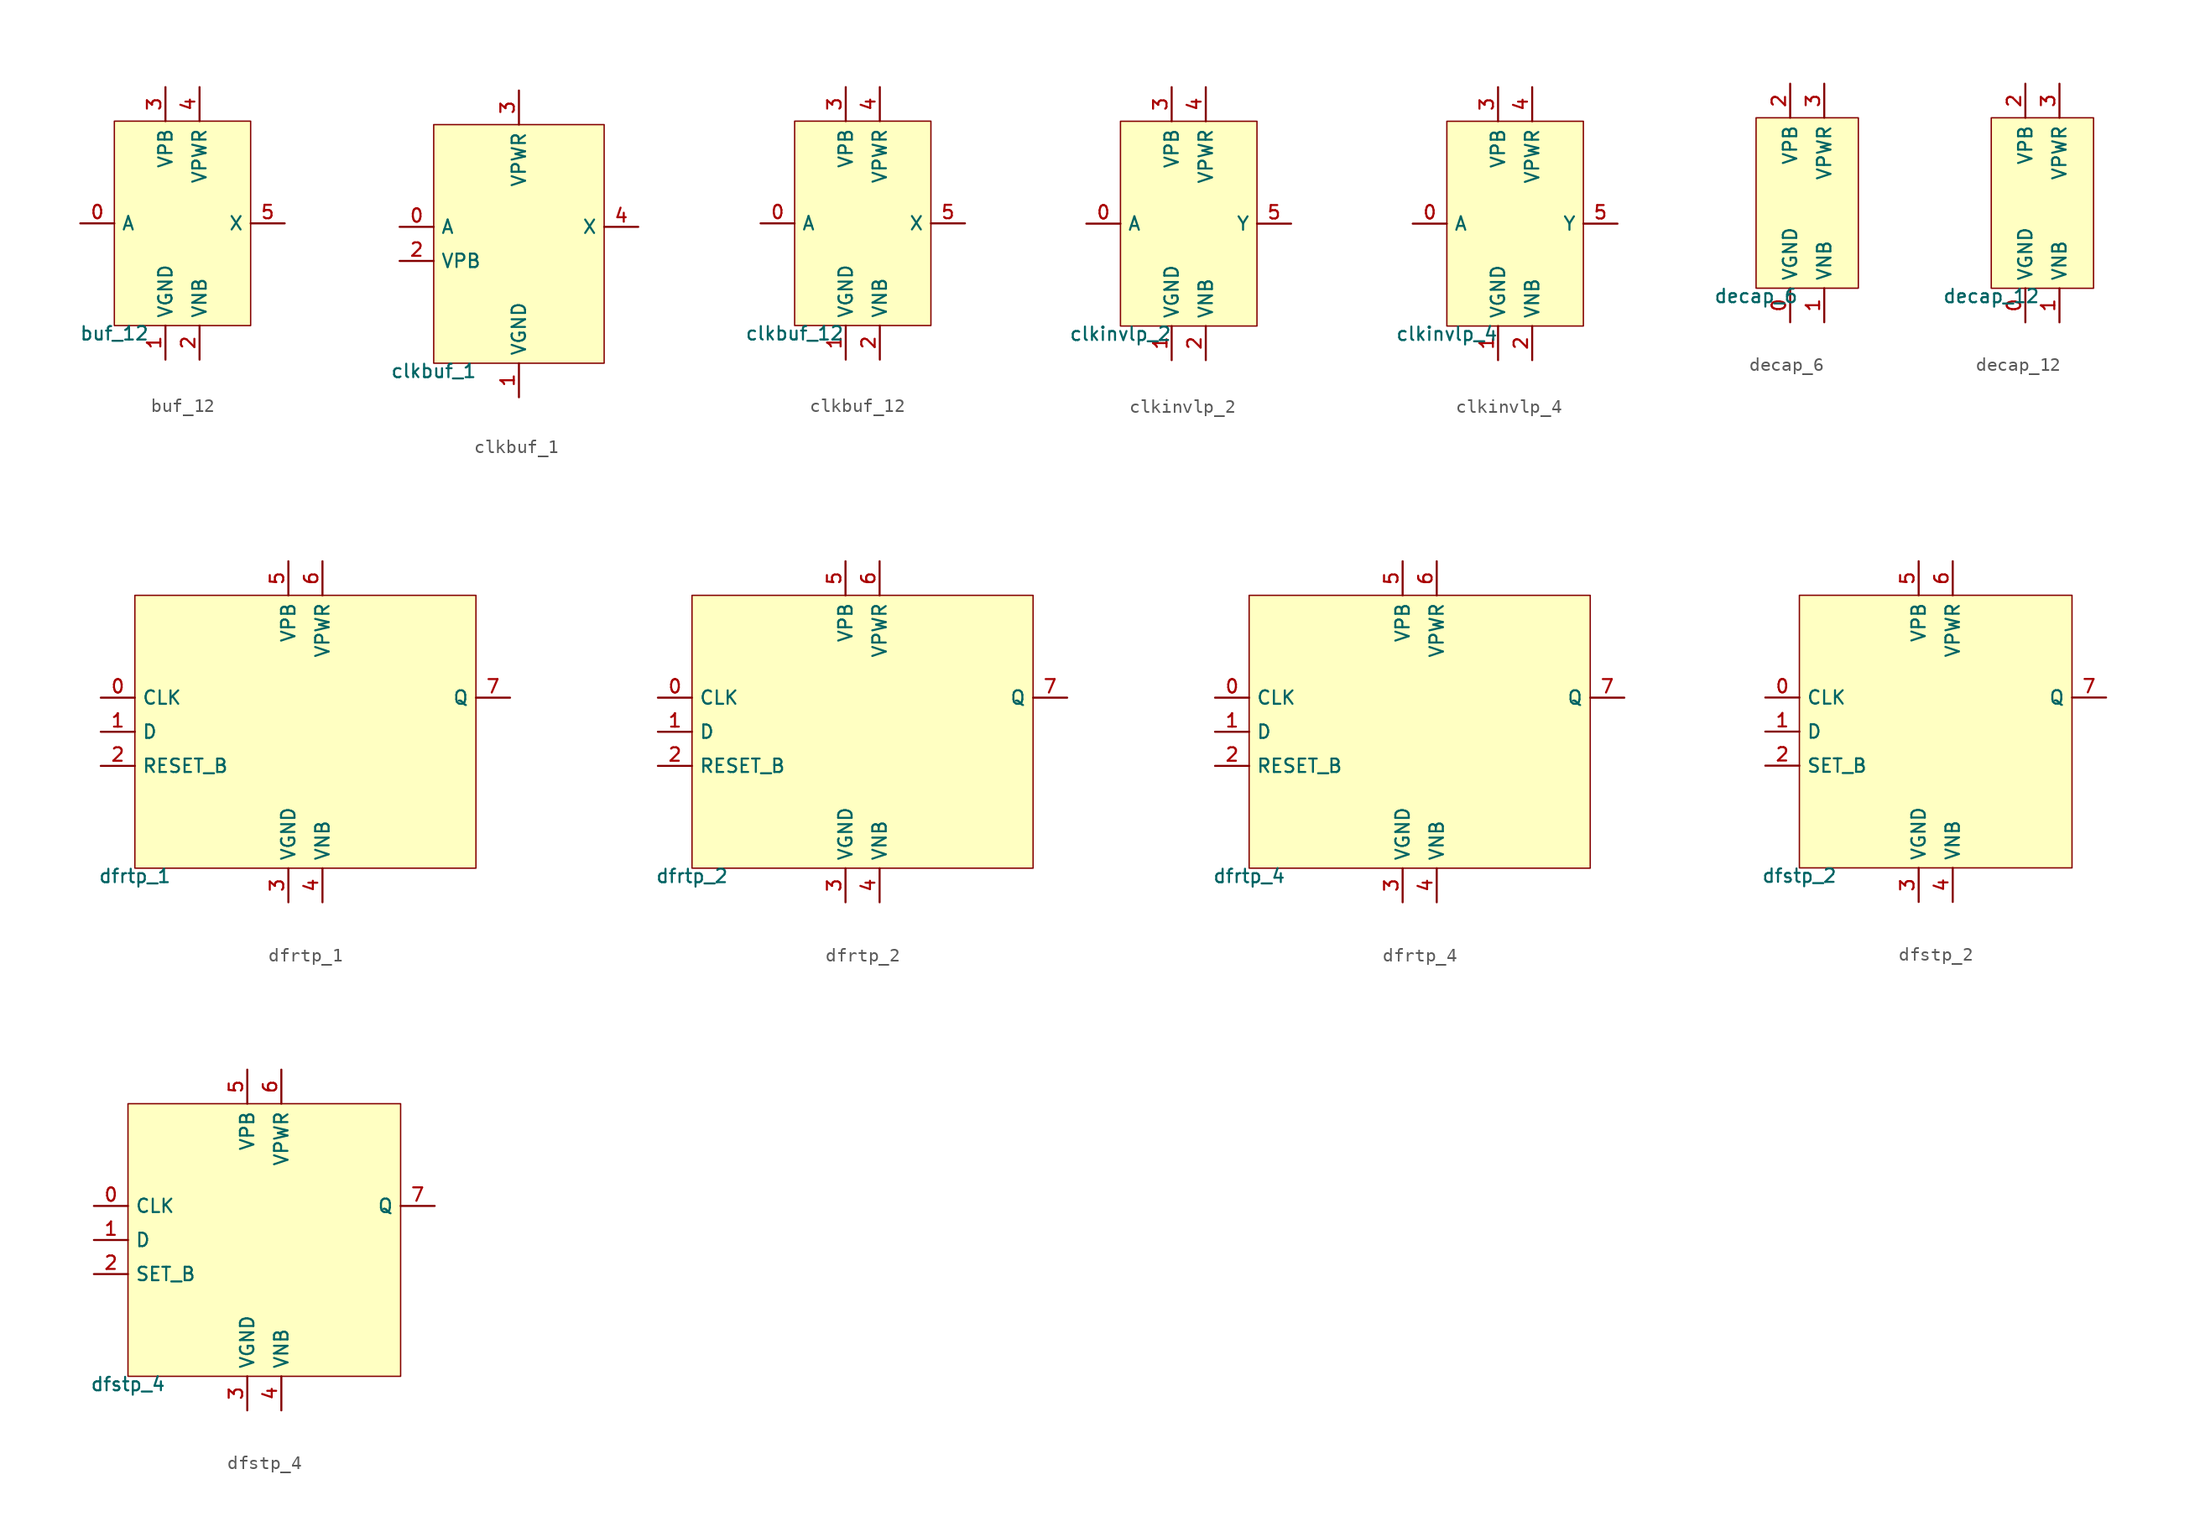
<source format=kicad_sym>
(kicad_symbol_lib
  (version 20211014)
  (generator lef2kicad_sym)
  (symbol "buf_12"
    (property "Reference" "CELL"
      (at 0 0 0)
      (effects (font (size 1 1)) hide))
    (property "Value" "buf_12"
      (at -5.08 -7.62 0)
      (effects (font (size 1 1)) (justify top)))
    (rectangle
      (start -5.08 -7.62)
      (end 5.08 7.62)
      (stroke (width 0.1) (type solid) (color 0 0 0 0))
      (fill (type background)))
    (pin input line
      (at -7.62 0.0 0)
      (length 2.54)
      (name "A" (effects (font (size 1 1)) hide))
      (number "0" (effects (font (size 1 1)) hide)))
    (pin power_in line
      (at -1.27 -10.16 90)
      (length 2.54)
      (name "VGND" (effects (font (size 1 1)) hide))
      (number "1" (effects (font (size 1 1)) hide)))
    (pin power_in line
      (at 1.27 -10.16 90)
      (length 2.54)
      (name "VNB" (effects (font (size 1 1)) hide))
      (number "2" (effects (font (size 1 1)) hide)))
    (pin power_in line
      (at -1.27 10.16 270)
      (length 2.54)
      (name "VPB" (effects (font (size 1 1)) hide))
      (number "3" (effects (font (size 1 1)) hide)))
    (pin power_in line
      (at 1.27 10.16 270)
      (length 2.54)
      (name "VPWR" (effects (font (size 1 1)) hide))
      (number "4" (effects (font (size 1 1)) hide)))
    (pin output line
      (at 7.62 0.0 180)
      (length 2.54)
      (name "X" (effects (font (size 1 1)) hide))
      (number "5" (effects (font (size 1 1)) hide))))
  (symbol "clkbuf_1"
    (property "Reference" "CELL"
      (at 0 0 0)
      (effects (font (size 1 1)) hide))
    (property "Value" "clkbuf_1"
      (at -6.35 -8.89 0)
      (effects (font (size 1 1)) (justify top)))
    (rectangle
      (start -6.35 -8.89)
      (end 6.35 8.89)
      (stroke (width 0.1) (type solid) (color 0 0 0 0))
      (fill (type background)))
    (pin input line
      (at -8.89 1.27 0)
      (length 2.54)
      (name "A" (effects (font (size 1 1)) hide))
      (number "0" (effects (font (size 1 1)) hide)))
    (pin power_in line
      (at 4.440892098500626e-16 -11.43 90)
      (length 2.54)
      (name "VGND" (effects (font (size 1 1)) hide))
      (number "1" (effects (font (size 1 1)) hide)))
    (pin input line
      (at -8.89 -1.27 0)
      (length 2.54)
      (name "VPB" (effects (font (size 1 1)) hide))
      (number "2" (effects (font (size 1 1)) hide)))
    (pin power_in line
      (at 4.440892098500626e-16 11.43 270)
      (length 2.54)
      (name "VPWR" (effects (font (size 1 1)) hide))
      (number "3" (effects (font (size 1 1)) hide)))
    (pin output line
      (at 8.89 1.27 180)
      (length 2.54)
      (name "X" (effects (font (size 1 1)) hide))
      (number "4" (effects (font (size 1 1)) hide))))
  (symbol "clkbuf_12"
    (property "Reference" "CELL"
      (at 0 0 0)
      (effects (font (size 1 1)) hide))
    (property "Value" "clkbuf_12"
      (at -5.08 -7.62 0)
      (effects (font (size 1 1)) (justify top)))
    (rectangle
      (start -5.08 -7.62)
      (end 5.08 7.62)
      (stroke (width 0.1) (type solid) (color 0 0 0 0))
      (fill (type background)))
    (pin input line
      (at -7.62 0.0 0)
      (length 2.54)
      (name "A" (effects (font (size 1 1)) hide))
      (number "0" (effects (font (size 1 1)) hide)))
    (pin power_in line
      (at -1.27 -10.16 90)
      (length 2.54)
      (name "VGND" (effects (font (size 1 1)) hide))
      (number "1" (effects (font (size 1 1)) hide)))
    (pin power_in line
      (at 1.27 -10.16 90)
      (length 2.54)
      (name "VNB" (effects (font (size 1 1)) hide))
      (number "2" (effects (font (size 1 1)) hide)))
    (pin power_in line
      (at -1.27 10.16 270)
      (length 2.54)
      (name "VPB" (effects (font (size 1 1)) hide))
      (number "3" (effects (font (size 1 1)) hide)))
    (pin power_in line
      (at 1.27 10.16 270)
      (length 2.54)
      (name "VPWR" (effects (font (size 1 1)) hide))
      (number "4" (effects (font (size 1 1)) hide)))
    (pin output line
      (at 7.62 0.0 180)
      (length 2.54)
      (name "X" (effects (font (size 1 1)) hide))
      (number "5" (effects (font (size 1 1)) hide))))
  (symbol "clkinvlp_2"
    (property "Reference" "CELL"
      (at 0 0 0)
      (effects (font (size 1 1)) hide))
    (property "Value" "clkinvlp_2"
      (at -5.08 -7.62 0)
      (effects (font (size 1 1)) (justify top)))
    (rectangle
      (start -5.08 -7.62)
      (end 5.08 7.62)
      (stroke (width 0.1) (type solid) (color 0 0 0 0))
      (fill (type background)))
    (pin input line
      (at -7.62 0.0 0)
      (length 2.54)
      (name "A" (effects (font (size 1 1)) hide))
      (number "0" (effects (font (size 1 1)) hide)))
    (pin power_in line
      (at -1.27 -10.16 90)
      (length 2.54)
      (name "VGND" (effects (font (size 1 1)) hide))
      (number "1" (effects (font (size 1 1)) hide)))
    (pin power_in line
      (at 1.27 -10.16 90)
      (length 2.54)
      (name "VNB" (effects (font (size 1 1)) hide))
      (number "2" (effects (font (size 1 1)) hide)))
    (pin power_in line
      (at -1.27 10.16 270)
      (length 2.54)
      (name "VPB" (effects (font (size 1 1)) hide))
      (number "3" (effects (font (size 1 1)) hide)))
    (pin power_in line
      (at 1.27 10.16 270)
      (length 2.54)
      (name "VPWR" (effects (font (size 1 1)) hide))
      (number "4" (effects (font (size 1 1)) hide)))
    (pin output line
      (at 7.62 0.0 180)
      (length 2.54)
      (name "Y" (effects (font (size 1 1)) hide))
      (number "5" (effects (font (size 1 1)) hide))))
  (symbol "clkinvlp_4"
    (property "Reference" "CELL"
      (at 0 0 0)
      (effects (font (size 1 1)) hide))
    (property "Value" "clkinvlp_4"
      (at -5.08 -7.62 0)
      (effects (font (size 1 1)) (justify top)))
    (rectangle
      (start -5.08 -7.62)
      (end 5.08 7.62)
      (stroke (width 0.1) (type solid) (color 0 0 0 0))
      (fill (type background)))
    (pin input line
      (at -7.62 0.0 0)
      (length 2.54)
      (name "A" (effects (font (size 1 1)) hide))
      (number "0" (effects (font (size 1 1)) hide)))
    (pin power_in line
      (at -1.27 -10.16 90)
      (length 2.54)
      (name "VGND" (effects (font (size 1 1)) hide))
      (number "1" (effects (font (size 1 1)) hide)))
    (pin power_in line
      (at 1.27 -10.16 90)
      (length 2.54)
      (name "VNB" (effects (font (size 1 1)) hide))
      (number "2" (effects (font (size 1 1)) hide)))
    (pin power_in line
      (at -1.27 10.16 270)
      (length 2.54)
      (name "VPB" (effects (font (size 1 1)) hide))
      (number "3" (effects (font (size 1 1)) hide)))
    (pin power_in line
      (at 1.27 10.16 270)
      (length 2.54)
      (name "VPWR" (effects (font (size 1 1)) hide))
      (number "4" (effects (font (size 1 1)) hide)))
    (pin output line
      (at 7.62 0.0 180)
      (length 2.54)
      (name "Y" (effects (font (size 1 1)) hide))
      (number "5" (effects (font (size 1 1)) hide))))
  (symbol "decap_6"
    (property "Reference" "CELL"
      (at 0 0 0)
      (effects (font (size 1 1)) hide))
    (property "Value" "decap_6"
      (at -3.81 -6.35 0)
      (effects (font (size 1 1)) (justify top)))
    (rectangle
      (start -3.81 -6.35)
      (end 3.81 6.35)
      (stroke (width 0.1) (type solid) (color 0 0 0 0))
      (fill (type background)))
    (pin power_in line
      (at -1.27 -8.89 90)
      (length 2.54)
      (name "VGND" (effects (font (size 1 1)) hide))
      (number "0" (effects (font (size 1 1)) hide)))
    (pin power_in line
      (at 1.27 -8.89 90)
      (length 2.54)
      (name "VNB" (effects (font (size 1 1)) hide))
      (number "1" (effects (font (size 1 1)) hide)))
    (pin power_in line
      (at -1.27 8.89 270)
      (length 2.54)
      (name "VPB" (effects (font (size 1 1)) hide))
      (number "2" (effects (font (size 1 1)) hide)))
    (pin power_in line
      (at 1.27 8.89 270)
      (length 2.54)
      (name "VPWR" (effects (font (size 1 1)) hide))
      (number "3" (effects (font (size 1 1)) hide))))
  (symbol "decap_12"
    (property "Reference" "CELL"
      (at 0 0 0)
      (effects (font (size 1 1)) hide))
    (property "Value" "decap_12"
      (at -3.81 -6.35 0)
      (effects (font (size 1 1)) (justify top)))
    (rectangle
      (start -3.81 -6.35)
      (end 3.81 6.35)
      (stroke (width 0.1) (type solid) (color 0 0 0 0))
      (fill (type background)))
    (pin power_in line
      (at -1.27 -8.89 90)
      (length 2.54)
      (name "VGND" (effects (font (size 1 1)) hide))
      (number "0" (effects (font (size 1 1)) hide)))
    (pin power_in line
      (at 1.27 -8.89 90)
      (length 2.54)
      (name "VNB" (effects (font (size 1 1)) hide))
      (number "1" (effects (font (size 1 1)) hide)))
    (pin power_in line
      (at -1.27 8.89 270)
      (length 2.54)
      (name "VPB" (effects (font (size 1 1)) hide))
      (number "2" (effects (font (size 1 1)) hide)))
    (pin power_in line
      (at 1.27 8.89 270)
      (length 2.54)
      (name "VPWR" (effects (font (size 1 1)) hide))
      (number "3" (effects (font (size 1 1)) hide))))
  (symbol "dfrtp_1"
    (property "Reference" "CELL"
      (at 0 0 0)
      (effects (font (size 1 1)) hide))
    (property "Value" "dfrtp_1"
      (at -12.7 -10.16 0)
      (effects (font (size 1 1)) (justify top)))
    (rectangle
      (start -12.7 -10.16)
      (end 12.7 10.16)
      (stroke (width 0.1) (type solid) (color 0 0 0 0))
      (fill (type background)))
    (pin input line
      (at -15.24 2.54 0)
      (length 2.54)
      (name "CLK" (effects (font (size 1 1)) hide))
      (number "0" (effects (font (size 1 1)) hide)))
    (pin input line
      (at -15.24 0.0 0)
      (length 2.54)
      (name "D" (effects (font (size 1 1)) hide))
      (number "1" (effects (font (size 1 1)) hide)))
    (pin input line
      (at -15.24 -2.54 0)
      (length 2.54)
      (name "RESET_B" (effects (font (size 1 1)) hide))
      (number "2" (effects (font (size 1 1)) hide)))
    (pin power_in line
      (at -1.27 -12.7 90)
      (length 2.54)
      (name "VGND" (effects (font (size 1 1)) hide))
      (number "3" (effects (font (size 1 1)) hide)))
    (pin power_in line
      (at 1.27 -12.7 90)
      (length 2.54)
      (name "VNB" (effects (font (size 1 1)) hide))
      (number "4" (effects (font (size 1 1)) hide)))
    (pin power_in line
      (at -1.27 12.7 270)
      (length 2.54)
      (name "VPB" (effects (font (size 1 1)) hide))
      (number "5" (effects (font (size 1 1)) hide)))
    (pin power_in line
      (at 1.27 12.7 270)
      (length 2.54)
      (name "VPWR" (effects (font (size 1 1)) hide))
      (number "6" (effects (font (size 1 1)) hide)))
    (pin output line
      (at 15.24 2.54 180)
      (length 2.54)
      (name "Q" (effects (font (size 1 1)) hide))
      (number "7" (effects (font (size 1 1)) hide))))
  (symbol "dfrtp_2"
    (property "Reference" "CELL"
      (at 0 0 0)
      (effects (font (size 1 1)) hide))
    (property "Value" "dfrtp_2"
      (at -12.7 -10.16 0)
      (effects (font (size 1 1)) (justify top)))
    (rectangle
      (start -12.7 -10.16)
      (end 12.7 10.16)
      (stroke (width 0.1) (type solid) (color 0 0 0 0))
      (fill (type background)))
    (pin input line
      (at -15.24 2.54 0)
      (length 2.54)
      (name "CLK" (effects (font (size 1 1)) hide))
      (number "0" (effects (font (size 1 1)) hide)))
    (pin input line
      (at -15.24 0.0 0)
      (length 2.54)
      (name "D" (effects (font (size 1 1)) hide))
      (number "1" (effects (font (size 1 1)) hide)))
    (pin input line
      (at -15.24 -2.54 0)
      (length 2.54)
      (name "RESET_B" (effects (font (size 1 1)) hide))
      (number "2" (effects (font (size 1 1)) hide)))
    (pin power_in line
      (at -1.27 -12.7 90)
      (length 2.54)
      (name "VGND" (effects (font (size 1 1)) hide))
      (number "3" (effects (font (size 1 1)) hide)))
    (pin power_in line
      (at 1.27 -12.7 90)
      (length 2.54)
      (name "VNB" (effects (font (size 1 1)) hide))
      (number "4" (effects (font (size 1 1)) hide)))
    (pin power_in line
      (at -1.27 12.7 270)
      (length 2.54)
      (name "VPB" (effects (font (size 1 1)) hide))
      (number "5" (effects (font (size 1 1)) hide)))
    (pin power_in line
      (at 1.27 12.7 270)
      (length 2.54)
      (name "VPWR" (effects (font (size 1 1)) hide))
      (number "6" (effects (font (size 1 1)) hide)))
    (pin output line
      (at 15.24 2.54 180)
      (length 2.54)
      (name "Q" (effects (font (size 1 1)) hide))
      (number "7" (effects (font (size 1 1)) hide))))
  (symbol "dfrtp_4"
    (property "Reference" "CELL"
      (at 0 0 0)
      (effects (font (size 1 1)) hide))
    (property "Value" "dfrtp_4"
      (at -12.7 -10.16 0)
      (effects (font (size 1 1)) (justify top)))
    (rectangle
      (start -12.7 -10.16)
      (end 12.7 10.16)
      (stroke (width 0.1) (type solid) (color 0 0 0 0))
      (fill (type background)))
    (pin input line
      (at -15.24 2.54 0)
      (length 2.54)
      (name "CLK" (effects (font (size 1 1)) hide))
      (number "0" (effects (font (size 1 1)) hide)))
    (pin input line
      (at -15.24 0.0 0)
      (length 2.54)
      (name "D" (effects (font (size 1 1)) hide))
      (number "1" (effects (font (size 1 1)) hide)))
    (pin input line
      (at -15.24 -2.54 0)
      (length 2.54)
      (name "RESET_B" (effects (font (size 1 1)) hide))
      (number "2" (effects (font (size 1 1)) hide)))
    (pin power_in line
      (at -1.27 -12.7 90)
      (length 2.54)
      (name "VGND" (effects (font (size 1 1)) hide))
      (number "3" (effects (font (size 1 1)) hide)))
    (pin power_in line
      (at 1.27 -12.7 90)
      (length 2.54)
      (name "VNB" (effects (font (size 1 1)) hide))
      (number "4" (effects (font (size 1 1)) hide)))
    (pin power_in line
      (at -1.27 12.7 270)
      (length 2.54)
      (name "VPB" (effects (font (size 1 1)) hide))
      (number "5" (effects (font (size 1 1)) hide)))
    (pin power_in line
      (at 1.27 12.7 270)
      (length 2.54)
      (name "VPWR" (effects (font (size 1 1)) hide))
      (number "6" (effects (font (size 1 1)) hide)))
    (pin output line
      (at 15.24 2.54 180)
      (length 2.54)
      (name "Q" (effects (font (size 1 1)) hide))
      (number "7" (effects (font (size 1 1)) hide))))
  (symbol "dfstp_2"
    (property "Reference" "CELL"
      (at 0 0 0)
      (effects (font (size 1 1)) hide))
    (property "Value" "dfstp_2"
      (at -10.16 -10.16 0)
      (effects (font (size 1 1)) (justify top)))
    (rectangle
      (start -10.16 -10.16)
      (end 10.16 10.16)
      (stroke (width 0.1) (type solid) (color 0 0 0 0))
      (fill (type background)))
    (pin input line
      (at -12.7 2.54 0)
      (length 2.54)
      (name "CLK" (effects (font (size 1 1)) hide))
      (number "0" (effects (font (size 1 1)) hide)))
    (pin input line
      (at -12.7 0.0 0)
      (length 2.54)
      (name "D" (effects (font (size 1 1)) hide))
      (number "1" (effects (font (size 1 1)) hide)))
    (pin input line
      (at -12.7 -2.54 0)
      (length 2.54)
      (name "SET_B" (effects (font (size 1 1)) hide))
      (number "2" (effects (font (size 1 1)) hide)))
    (pin power_in line
      (at -1.27 -12.7 90)
      (length 2.54)
      (name "VGND" (effects (font (size 1 1)) hide))
      (number "3" (effects (font (size 1 1)) hide)))
    (pin power_in line
      (at 1.27 -12.7 90)
      (length 2.54)
      (name "VNB" (effects (font (size 1 1)) hide))
      (number "4" (effects (font (size 1 1)) hide)))
    (pin power_in line
      (at -1.27 12.7 270)
      (length 2.54)
      (name "VPB" (effects (font (size 1 1)) hide))
      (number "5" (effects (font (size 1 1)) hide)))
    (pin power_in line
      (at 1.27 12.7 270)
      (length 2.54)
      (name "VPWR" (effects (font (size 1 1)) hide))
      (number "6" (effects (font (size 1 1)) hide)))
    (pin output line
      (at 12.7 2.54 180)
      (length 2.54)
      (name "Q" (effects (font (size 1 1)) hide))
      (number "7" (effects (font (size 1 1)) hide))))
  (symbol "dfstp_4"
    (property "Reference" "CELL"
      (at 0 0 0)
      (effects (font (size 1 1)) hide))
    (property "Value" "dfstp_4"
      (at -10.16 -10.16 0)
      (effects (font (size 1 1)) (justify top)))
    (rectangle
      (start -10.16 -10.16)
      (end 10.16 10.16)
      (stroke (width 0.1) (type solid) (color 0 0 0 0))
      (fill (type background)))
    (pin input line
      (at -12.7 2.54 0)
      (length 2.54)
      (name "CLK" (effects (font (size 1 1)) hide))
      (number "0" (effects (font (size 1 1)) hide)))
    (pin input line
      (at -12.7 0.0 0)
      (length 2.54)
      (name "D" (effects (font (size 1 1)) hide))
      (number "1" (effects (font (size 1 1)) hide)))
    (pin input line
      (at -12.7 -2.54 0)
      (length 2.54)
      (name "SET_B" (effects (font (size 1 1)) hide))
      (number "2" (effects (font (size 1 1)) hide)))
    (pin power_in line
      (at -1.27 -12.7 90)
      (length 2.54)
      (name "VGND" (effects (font (size 1 1)) hide))
      (number "3" (effects (font (size 1 1)) hide)))
    (pin power_in line
      (at 1.27 -12.7 90)
      (length 2.54)
      (name "VNB" (effects (font (size 1 1)) hide))
      (number "4" (effects (font (size 1 1)) hide)))
    (pin power_in line
      (at -1.27 12.7 270)
      (length 2.54)
      (name "VPB" (effects (font (size 1 1)) hide))
      (number "5" (effects (font (size 1 1)) hide)))
    (pin power_in line
      (at 1.27 12.7 270)
      (length 2.54)
      (name "VPWR" (effects (font (size 1 1)) hide))
      (number "6" (effects (font (size 1 1)) hide)))
    (pin output line
      (at 12.7 2.54 180)
      (length 2.54)
      (name "Q" (effects (font (size 1 1)) hide))
      (number "7" (effects (font (size 1 1)) hide)))))
</source>
